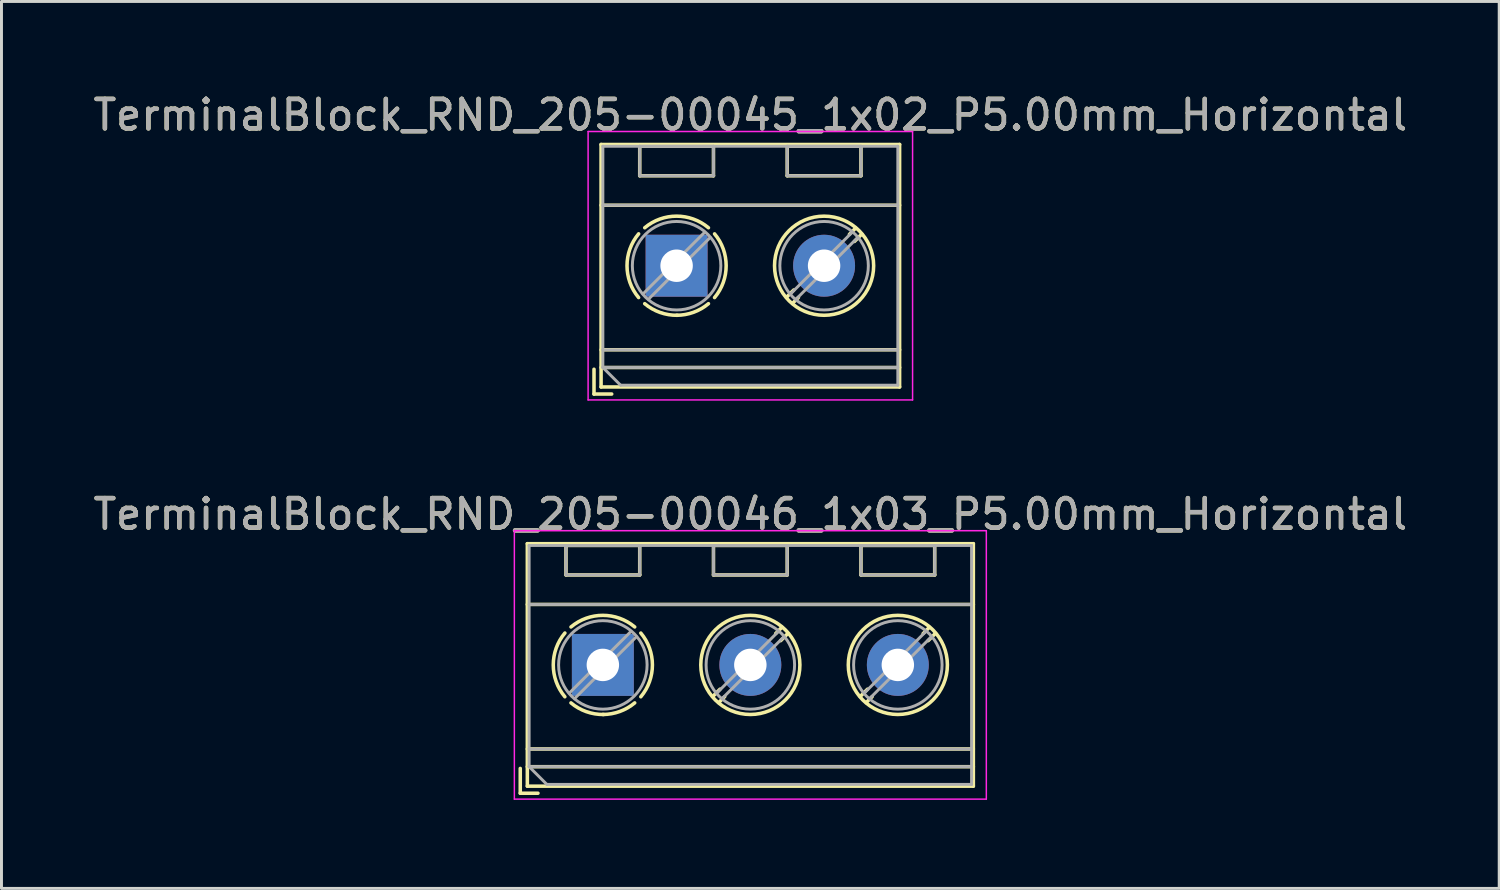
<source format=kicad_pcb>
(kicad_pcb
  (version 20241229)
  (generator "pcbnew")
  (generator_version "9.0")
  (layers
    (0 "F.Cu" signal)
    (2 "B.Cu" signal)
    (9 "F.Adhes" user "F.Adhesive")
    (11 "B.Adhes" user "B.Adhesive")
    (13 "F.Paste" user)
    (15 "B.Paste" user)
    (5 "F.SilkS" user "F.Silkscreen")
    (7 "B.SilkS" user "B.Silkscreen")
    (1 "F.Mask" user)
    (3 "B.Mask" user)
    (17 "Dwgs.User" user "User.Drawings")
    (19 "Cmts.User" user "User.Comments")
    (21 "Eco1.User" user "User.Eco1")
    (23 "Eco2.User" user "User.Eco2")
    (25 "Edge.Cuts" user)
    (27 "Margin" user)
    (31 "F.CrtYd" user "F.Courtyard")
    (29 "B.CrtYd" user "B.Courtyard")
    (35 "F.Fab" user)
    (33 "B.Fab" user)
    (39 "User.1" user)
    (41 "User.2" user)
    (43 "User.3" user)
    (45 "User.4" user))
  (footprint "TerminalBlock_RND_205-00046_1x03_P5.00mm_Horizontal"
    (layer "F.Cu")
    (at 17.387 19.491)
    (property "Reference" "TerminalBlock_RND_205-00046_1x03_P5.00mm_Horizontal" (at 5 -5.11 0) (layer "F.SilkS") (effects (font (size 1 1) (thickness 0.15))))
    (attr through_hole)
    (fp_line (start -2.8 3.51) (end -2.8 4.35) (stroke (width 0.12) (type solid)) (layer "F.SilkS"))
    (fp_line (start -2.8 4.35) (end -2.2 4.35) (stroke (width 0.12) (type solid)) (layer "F.SilkS"))
    (fp_line (start -2.56 -4.11) (end -2.56 4.11) (stroke (width 0.12) (type solid)) (layer "F.SilkS"))
    (fp_line (start -2.56 -4.11) (end 12.56 -4.11) (stroke (width 0.12) (type solid)) (layer "F.SilkS"))
    (fp_line (start -2.56 -2.05) (end 12.56 -2.05) (stroke (width 0.12) (type solid)) (layer "F.SilkS"))
    (fp_line (start -2.56 2.85) (end 12.56 2.85) (stroke (width 0.12) (type solid)) (layer "F.SilkS"))
    (fp_line (start -2.56 3.45) (end 12.56 3.45) (stroke (width 0.12) (type solid)) (layer "F.SilkS"))
    (fp_line (start -2.56 4.11) (end 12.56 4.11) (stroke (width 0.12) (type solid)) (layer "F.SilkS"))
    (fp_line (start -1.25 -4.05) (end -1.25 -3.05) (stroke (width 0.12) (type solid)) (layer "F.SilkS"))
    (fp_line (start -1.25 -4.05) (end 1.25 -4.05) (stroke (width 0.12) (type solid)) (layer "F.SilkS"))
    (fp_line (start -1.25 -3.05) (end 1.25 -3.05) (stroke (width 0.12) (type solid)) (layer "F.SilkS"))
    (fp_line (start 1.25 -4.05) (end 1.25 -3.05) (stroke (width 0.12) (type solid)) (layer "F.SilkS"))
    (fp_line (start 3.75 -4.05) (end 3.75 -3.05) (stroke (width 0.12) (type solid)) (layer "F.SilkS"))
    (fp_line (start 3.75 -4.05) (end 6.25 -4.05) (stroke (width 0.12) (type solid)) (layer "F.SilkS"))
    (fp_line (start 3.75 -3.05) (end 6.25 -3.05) (stroke (width 0.12) (type solid)) (layer "F.SilkS"))
    (fp_line (start 3.972 0.823) (end 3.726 1.069) (stroke (width 0.12) (type solid)) (layer "F.SilkS"))
    (fp_line (start 4.13 1.075) (end 3.931 1.274) (stroke (width 0.12) (type solid)) (layer "F.SilkS"))
    (fp_line (start 6.07 -1.275) (end 5.859 -1.064) (stroke (width 0.12) (type solid)) (layer "F.SilkS"))
    (fp_line (start 6.25 -4.05) (end 6.25 -3.05) (stroke (width 0.12) (type solid)) (layer "F.SilkS"))
    (fp_line (start 6.275 -1.069) (end 6.029 -0.823) (stroke (width 0.12) (type solid)) (layer "F.SilkS"))
    (fp_line (start 8.75 -4.05) (end 8.75 -3.05) (stroke (width 0.12) (type solid)) (layer "F.SilkS"))
    (fp_line (start 8.75 -4.05) (end 11.25 -4.05) (stroke (width 0.12) (type solid)) (layer "F.SilkS"))
    (fp_line (start 8.75 -3.05) (end 11.25 -3.05) (stroke (width 0.12) (type solid)) (layer "F.SilkS"))
    (fp_line (start 8.972 0.823) (end 8.726 1.069) (stroke (width 0.12) (type solid)) (layer "F.SilkS"))
    (fp_line (start 9.13 1.075) (end 8.931 1.274) (stroke (width 0.12) (type solid)) (layer "F.SilkS"))
    (fp_line (start 11.07 -1.275) (end 10.859 -1.064) (stroke (width 0.12) (type solid)) (layer "F.SilkS"))
    (fp_line (start 11.25 -4.05) (end 11.25 -3.05) (stroke (width 0.12) (type solid)) (layer "F.SilkS"))
    (fp_line (start 11.275 -1.069) (end 11.029 -0.823) (stroke (width 0.12) (type solid)) (layer "F.SilkS"))
    (fp_line (start 12.56 -4.11) (end 12.56 4.11) (stroke (width 0.12) (type solid)) (layer "F.SilkS"))
    (fp_arc (start -1.288062 1.079734) (mid -1.680752 -0.000826) (end -1.287 -1.081) (stroke (width 0.12) (type solid)) (layer "F.SilkS"))
    (fp_arc (start -1.079908 -1.287078) (mid 0.00006 -1.68011) (end 1.08 -1.287) (stroke (width 0.12) (type solid)) (layer "F.SilkS"))
    (fp_arc (start 0.028507 1.680511) (mid -0.561826 1.584071) (end -1.081 1.287) (stroke (width 0.12) (type solid)) (layer "F.SilkS"))
    (fp_arc (start 1.079883 1.286955) (mid 0.574594 1.578684) (end 0 1.68) (stroke (width 0.12) (type solid)) (layer "F.SilkS"))
    (fp_arc (start 1.287078 -1.079908) (mid 1.68011 0.00006) (end 1.287 1.08) (stroke (width 0.12) (type solid)) (layer "F.SilkS"))
    (fp_circle (center 5 0) (end 6.68 0) (stroke (width 0.12) (type solid)) (fill no) (layer "F.SilkS"))
    (fp_circle (center 10 0) (end 11.68 0) (stroke (width 0.12) (type solid)) (fill no) (layer "F.SilkS"))
    (fp_line (start -3 -4.55) (end -3 4.55) (stroke (width 0.05) (type solid)) (layer "F.CrtYd"))
    (fp_line (start -3 4.55) (end 13 4.55) (stroke (width 0.05) (type solid)) (layer "F.CrtYd"))
    (fp_line (start 13 -4.55) (end -3 -4.55) (stroke (width 0.05) (type solid)) (layer "F.CrtYd"))
    (fp_line (start 13 4.55) (end 13 -4.55) (stroke (width 0.05) (type solid)) (layer "F.CrtYd"))
    (fp_line (start -2.5 -4.05) (end 12.5 -4.05) (stroke (width 0.1) (type solid)) (layer "F.Fab"))
    (fp_line (start -2.5 -2.05) (end 12.5 -2.05) (stroke (width 0.1) (type solid)) (layer "F.Fab"))
    (fp_line (start -2.5 2.85) (end 12.5 2.85) (stroke (width 0.1) (type solid)) (layer "F.Fab"))
    (fp_line (start -2.5 3.45) (end -2.5 -4.05) (stroke (width 0.1) (type solid)) (layer "F.Fab"))
    (fp_line (start -2.5 3.45) (end 12.5 3.45) (stroke (width 0.1) (type solid)) (layer "F.Fab"))
    (fp_line (start -1.9 4.05) (end -2.5 3.45) (stroke (width 0.1) (type solid)) (layer "F.Fab"))
    (fp_line (start -1.25 -4.05) (end -1.25 -3.05) (stroke (width 0.1) (type solid)) (layer "F.Fab"))
    (fp_line (start -1.25 -3.05) (end 1.25 -3.05) (stroke (width 0.1) (type solid)) (layer "F.Fab"))
    (fp_line (start 0.955 -1.138) (end -1.138 0.955) (stroke (width 0.1) (type solid)) (layer "F.Fab"))
    (fp_line (start 1.138 -0.955) (end -0.955 1.138) (stroke (width 0.1) (type solid)) (layer "F.Fab"))
    (fp_line (start 1.25 -4.05) (end -1.25 -4.05) (stroke (width 0.1) (type solid)) (layer "F.Fab"))
    (fp_line (start 1.25 -3.05) (end 1.25 -4.05) (stroke (width 0.1) (type solid)) (layer "F.Fab"))
    (fp_line (start 3.75 -4.05) (end 3.75 -3.05) (stroke (width 0.1) (type solid)) (layer "F.Fab"))
    (fp_line (start 3.75 -3.05) (end 6.25 -3.05) (stroke (width 0.1) (type solid)) (layer "F.Fab"))
    (fp_line (start 5.955 -1.138) (end 3.863 0.955) (stroke (width 0.1) (type solid)) (layer "F.Fab"))
    (fp_line (start 6.138 -0.955) (end 4.046 1.138) (stroke (width 0.1) (type solid)) (layer "F.Fab"))
    (fp_line (start 6.25 -4.05) (end 3.75 -4.05) (stroke (width 0.1) (type solid)) (layer "F.Fab"))
    (fp_line (start 6.25 -3.05) (end 6.25 -4.05) (stroke (width 0.1) (type solid)) (layer "F.Fab"))
    (fp_line (start 8.75 -4.05) (end 8.75 -3.05) (stroke (width 0.1) (type solid)) (layer "F.Fab"))
    (fp_line (start 8.75 -3.05) (end 11.25 -3.05) (stroke (width 0.1) (type solid)) (layer "F.Fab"))
    (fp_line (start 10.955 -1.138) (end 8.863 0.955) (stroke (width 0.1) (type solid)) (layer "F.Fab"))
    (fp_line (start 11.138 -0.955) (end 9.046 1.138) (stroke (width 0.1) (type solid)) (layer "F.Fab"))
    (fp_line (start 11.25 -4.05) (end 8.75 -4.05) (stroke (width 0.1) (type solid)) (layer "F.Fab"))
    (fp_line (start 11.25 -3.05) (end 11.25 -4.05) (stroke (width 0.1) (type solid)) (layer "F.Fab"))
    (fp_line (start 12.5 -4.05) (end 12.5 4.05) (stroke (width 0.1) (type solid)) (layer "F.Fab"))
    (fp_line (start 12.5 4.05) (end -1.9 4.05) (stroke (width 0.1) (type solid)) (layer "F.Fab"))
    (fp_circle (center 0 0) (end 1.5 0) (stroke (width 0.1) (type solid)) (fill no) (layer "F.Fab"))
    (fp_circle (center 5 0) (end 6.5 0) (stroke (width 0.1) (type solid)) (fill no) (layer "F.Fab"))
    (fp_circle (center 10 0) (end 11.5 0) (stroke (width 0.1) (type solid)) (fill no) (layer "F.Fab"))
    (fp_text user "${REFERENCE}" (at 5 -5.11 0) (layer "F.Fab") (effects (font (size 1 1) (thickness 0.15))))
    (pad "1" thru_hole rect (at 0 0) (size 2.1 2.1) (drill 1.1) (layers "*.Cu" "*.Mask"))
    (pad "2" thru_hole circle (at 5 0) (size 2.1 2.1) (drill 1.1) (layers "*.Cu" "*.Mask"))
    (pad "3" thru_hole circle (at 10 0) (size 2.1 2.1) (drill 1.1) (layers "*.Cu" "*.Mask")))
  (footprint "TerminalBlock_RND_205-00045_1x02_P5.00mm_Horizontal"
    (layer "F.Cu")
    (at 19.887 5.958)
    (property "Reference" "TerminalBlock_RND_205-00045_1x02_P5.00mm_Horizontal" (at 2.5 -5.11 0) (layer "F.SilkS") (effects (font (size 1 1) (thickness 0.15))))
    (attr through_hole)
    (fp_line (start -2.8 3.51) (end -2.8 4.35) (stroke (width 0.12) (type solid)) (layer "F.SilkS"))
    (fp_line (start -2.8 4.35) (end -2.2 4.35) (stroke (width 0.12) (type solid)) (layer "F.SilkS"))
    (fp_line (start -2.56 -4.11) (end -2.56 4.11) (stroke (width 0.12) (type solid)) (layer "F.SilkS"))
    (fp_line (start -2.56 -4.11) (end 7.56 -4.11) (stroke (width 0.12) (type solid)) (layer "F.SilkS"))
    (fp_line (start -2.56 -2.05) (end 7.56 -2.05) (stroke (width 0.12) (type solid)) (layer "F.SilkS"))
    (fp_line (start -2.56 2.85) (end 7.56 2.85) (stroke (width 0.12) (type solid)) (layer "F.SilkS"))
    (fp_line (start -2.56 3.45) (end 7.56 3.45) (stroke (width 0.12) (type solid)) (layer "F.SilkS"))
    (fp_line (start -2.56 4.11) (end 7.56 4.11) (stroke (width 0.12) (type solid)) (layer "F.SilkS"))
    (fp_line (start -1.25 -4.05) (end -1.25 -3.05) (stroke (width 0.12) (type solid)) (layer "F.SilkS"))
    (fp_line (start -1.25 -4.05) (end 1.25 -4.05) (stroke (width 0.12) (type solid)) (layer "F.SilkS"))
    (fp_line (start -1.25 -3.05) (end 1.25 -3.05) (stroke (width 0.12) (type solid)) (layer "F.SilkS"))
    (fp_line (start 1.25 -4.05) (end 1.25 -3.05) (stroke (width 0.12) (type solid)) (layer "F.SilkS"))
    (fp_line (start 3.75 -4.05) (end 3.75 -3.05) (stroke (width 0.12) (type solid)) (layer "F.SilkS"))
    (fp_line (start 3.75 -4.05) (end 6.25 -4.05) (stroke (width 0.12) (type solid)) (layer "F.SilkS"))
    (fp_line (start 3.75 -3.05) (end 6.25 -3.05) (stroke (width 0.12) (type solid)) (layer "F.SilkS"))
    (fp_line (start 3.972 0.823) (end 3.726 1.069) (stroke (width 0.12) (type solid)) (layer "F.SilkS"))
    (fp_line (start 4.13 1.075) (end 3.931 1.274) (stroke (width 0.12) (type solid)) (layer "F.SilkS"))
    (fp_line (start 6.07 -1.275) (end 5.859 -1.064) (stroke (width 0.12) (type solid)) (layer "F.SilkS"))
    (fp_line (start 6.25 -4.05) (end 6.25 -3.05) (stroke (width 0.12) (type solid)) (layer "F.SilkS"))
    (fp_line (start 6.275 -1.069) (end 6.029 -0.823) (stroke (width 0.12) (type solid)) (layer "F.SilkS"))
    (fp_line (start 7.56 -4.11) (end 7.56 4.11) (stroke (width 0.12) (type solid)) (layer "F.SilkS"))
    (fp_arc (start -1.288062 1.079734) (mid -1.680752 -0.000826) (end -1.287 -1.081) (stroke (width 0.12) (type solid)) (layer "F.SilkS"))
    (fp_arc (start -1.079908 -1.287078) (mid 0.00006 -1.68011) (end 1.08 -1.287) (stroke (width 0.12) (type solid)) (layer "F.SilkS"))
    (fp_arc (start 0.028507 1.680511) (mid -0.561826 1.584071) (end -1.081 1.287) (stroke (width 0.12) (type solid)) (layer "F.SilkS"))
    (fp_arc (start 1.079883 1.286955) (mid 0.574594 1.578684) (end 0 1.68) (stroke (width 0.12) (type solid)) (layer "F.SilkS"))
    (fp_arc (start 1.287078 -1.079908) (mid 1.68011 0.00006) (end 1.287 1.08) (stroke (width 0.12) (type solid)) (layer "F.SilkS"))
    (fp_circle (center 5 0) (end 6.68 0) (stroke (width 0.12) (type solid)) (fill no) (layer "F.SilkS"))
    (fp_line (start -3 -4.55) (end -3 4.55) (stroke (width 0.05) (type solid)) (layer "F.CrtYd"))
    (fp_line (start -3 4.55) (end 8 4.55) (stroke (width 0.05) (type solid)) (layer "F.CrtYd"))
    (fp_line (start 8 -4.55) (end -3 -4.55) (stroke (width 0.05) (type solid)) (layer "F.CrtYd"))
    (fp_line (start 8 4.55) (end 8 -4.55) (stroke (width 0.05) (type solid)) (layer "F.CrtYd"))
    (fp_line (start -2.5 -4.05) (end 7.5 -4.05) (stroke (width 0.1) (type solid)) (layer "F.Fab"))
    (fp_line (start -2.5 -2.05) (end 7.5 -2.05) (stroke (width 0.1) (type solid)) (layer "F.Fab"))
    (fp_line (start -2.5 2.85) (end 7.5 2.85) (stroke (width 0.1) (type solid)) (layer "F.Fab"))
    (fp_line (start -2.5 3.45) (end -2.5 -4.05) (stroke (width 0.1) (type solid)) (layer "F.Fab"))
    (fp_line (start -2.5 3.45) (end 7.5 3.45) (stroke (width 0.1) (type solid)) (layer "F.Fab"))
    (fp_line (start -1.9 4.05) (end -2.5 3.45) (stroke (width 0.1) (type solid)) (layer "F.Fab"))
    (fp_line (start -1.25 -4.05) (end -1.25 -3.05) (stroke (width 0.1) (type solid)) (layer "F.Fab"))
    (fp_line (start -1.25 -3.05) (end 1.25 -3.05) (stroke (width 0.1) (type solid)) (layer "F.Fab"))
    (fp_line (start 0.955 -1.138) (end -1.138 0.955) (stroke (width 0.1) (type solid)) (layer "F.Fab"))
    (fp_line (start 1.138 -0.955) (end -0.955 1.138) (stroke (width 0.1) (type solid)) (layer "F.Fab"))
    (fp_line (start 1.25 -4.05) (end -1.25 -4.05) (stroke (width 0.1) (type solid)) (layer "F.Fab"))
    (fp_line (start 1.25 -3.05) (end 1.25 -4.05) (stroke (width 0.1) (type solid)) (layer "F.Fab"))
    (fp_line (start 3.75 -4.05) (end 3.75 -3.05) (stroke (width 0.1) (type solid)) (layer "F.Fab"))
    (fp_line (start 3.75 -3.05) (end 6.25 -3.05) (stroke (width 0.1) (type solid)) (layer "F.Fab"))
    (fp_line (start 5.955 -1.138) (end 3.863 0.955) (stroke (width 0.1) (type solid)) (layer "F.Fab"))
    (fp_line (start 6.138 -0.955) (end 4.046 1.138) (stroke (width 0.1) (type solid)) (layer "F.Fab"))
    (fp_line (start 6.25 -4.05) (end 3.75 -4.05) (stroke (width 0.1) (type solid)) (layer "F.Fab"))
    (fp_line (start 6.25 -3.05) (end 6.25 -4.05) (stroke (width 0.1) (type solid)) (layer "F.Fab"))
    (fp_line (start 7.5 -4.05) (end 7.5 4.05) (stroke (width 0.1) (type solid)) (layer "F.Fab"))
    (fp_line (start 7.5 4.05) (end -1.9 4.05) (stroke (width 0.1) (type solid)) (layer "F.Fab"))
    (fp_circle (center 0 0) (end 1.5 0) (stroke (width 0.1) (type solid)) (fill no) (layer "F.Fab"))
    (fp_circle (center 5 0) (end 6.5 0) (stroke (width 0.1) (type solid)) (fill no) (layer "F.Fab"))
    (fp_text user "${REFERENCE}" (at 2.5 -5.11 0) (layer "F.Fab") (effects (font (size 1 1) (thickness 0.15))))
    (pad "1" thru_hole rect (at 0 0) (size 2.1 2.1) (drill 1.1) (layers "*.Cu" "*.Mask"))
    (pad "2" thru_hole circle (at 5 0) (size 2.1 2.1) (drill 1.1) (layers "*.Cu" "*.Mask")))
  (gr_rect
    (start -3 -3)
    (end 47.774 27.067)
    (stroke (width 0.1) (type default))
    (fill no)
    (layer "Edge.Cuts")))
</source>
